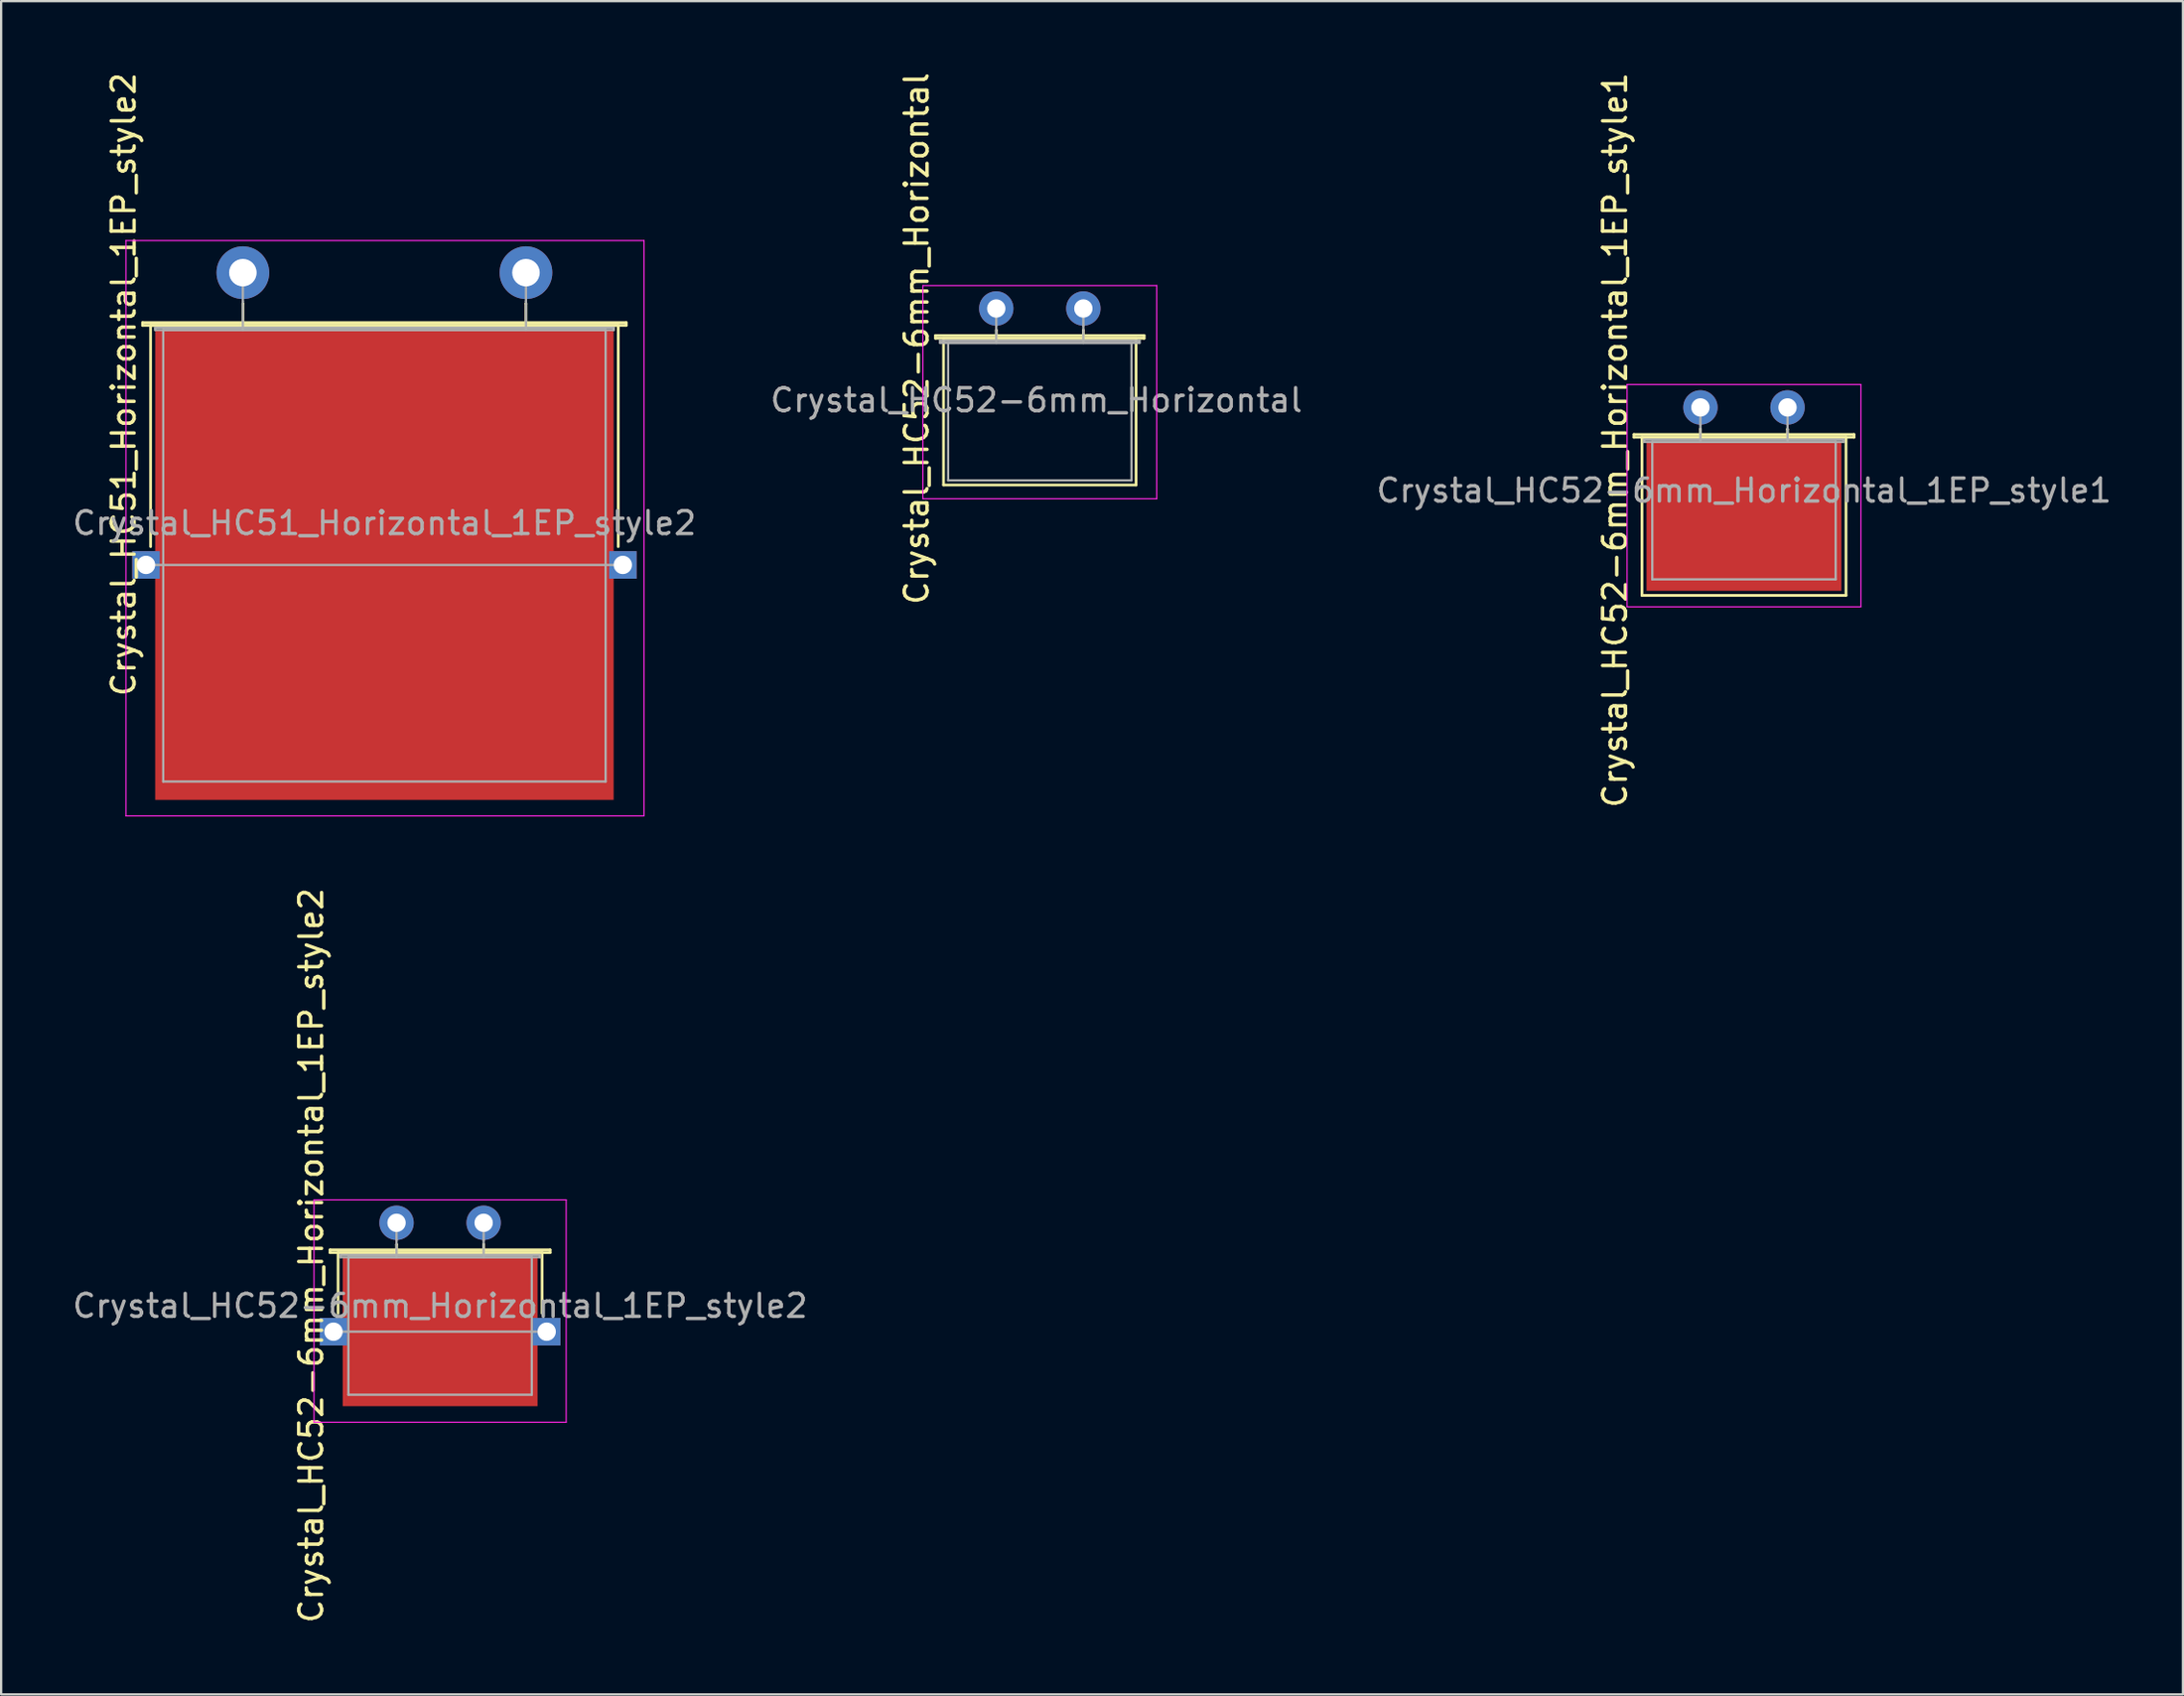
<source format=kicad_pcb>
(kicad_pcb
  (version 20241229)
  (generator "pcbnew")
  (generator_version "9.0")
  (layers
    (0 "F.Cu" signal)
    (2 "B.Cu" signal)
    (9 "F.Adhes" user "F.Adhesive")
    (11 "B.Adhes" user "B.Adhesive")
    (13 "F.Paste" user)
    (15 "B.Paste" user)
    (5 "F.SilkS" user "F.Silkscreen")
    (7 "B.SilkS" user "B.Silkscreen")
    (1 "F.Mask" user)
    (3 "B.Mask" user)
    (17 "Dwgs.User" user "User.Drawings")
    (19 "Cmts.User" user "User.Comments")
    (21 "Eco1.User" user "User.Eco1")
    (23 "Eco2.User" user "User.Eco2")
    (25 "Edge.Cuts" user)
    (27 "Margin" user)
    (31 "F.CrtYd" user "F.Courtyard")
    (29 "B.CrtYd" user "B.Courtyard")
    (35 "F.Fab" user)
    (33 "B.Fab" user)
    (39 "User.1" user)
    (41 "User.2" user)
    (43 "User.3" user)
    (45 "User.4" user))
  (footprint "Crystal_HC52-6mm_Horizontal"
    (layer "F.Cu")
    (at 40.411 10.408)
    (property "Reference" "Crystal_HC52-6mm_Horizontal" (at -3.475 1.312 90) (layer "F.SilkS") (effects (font (size 1 1) (thickness 0.15))))
    (attr through_hole)
    (fp_line (start -2.65 1.18) (end 6.45 1.18) (stroke (width 0.12) (type solid)) (layer "F.SilkS"))
    (fp_line (start -2.65 1.3) (end -2.65 1.18) (stroke (width 0.12) (type solid)) (layer "F.SilkS"))
    (fp_line (start -2.3 1.3) (end -2.3 7.7) (stroke (width 0.12) (type solid)) (layer "F.SilkS"))
    (fp_line (start -2.3 7.7) (end 6.1 7.7) (stroke (width 0.12) (type solid)) (layer "F.SilkS"))
    (fp_line (start 0 0.95) (end 0 0.95) (stroke (width 0.12) (type solid)) (layer "F.SilkS"))
    (fp_line (start 0 1.3) (end 0 0.95) (stroke (width 0.12) (type solid)) (layer "F.SilkS"))
    (fp_line (start 3.8 0.95) (end 3.8 0.95) (stroke (width 0.12) (type solid)) (layer "F.SilkS"))
    (fp_line (start 3.8 1.3) (end 3.8 0.95) (stroke (width 0.12) (type solid)) (layer "F.SilkS"))
    (fp_line (start 6.1 1.3) (end -2.3 1.3) (stroke (width 0.12) (type solid)) (layer "F.SilkS"))
    (fp_line (start 6.1 7.7) (end 6.1 1.3) (stroke (width 0.12) (type solid)) (layer "F.SilkS"))
    (fp_line (start 6.45 1.18) (end 6.45 1.3) (stroke (width 0.12) (type solid)) (layer "F.SilkS"))
    (fp_line (start 6.45 1.3) (end -2.65 1.3) (stroke (width 0.12) (type solid)) (layer "F.SilkS"))
    (fp_line (start -3.2 -1) (end -3.2 8.3) (stroke (width 0.05) (type solid)) (layer "F.CrtYd"))
    (fp_line (start -3.2 8.3) (end 7 8.3) (stroke (width 0.05) (type solid)) (layer "F.CrtYd"))
    (fp_line (start 7 -1) (end -3.2 -1) (stroke (width 0.05) (type solid)) (layer "F.CrtYd"))
    (fp_line (start 7 8.3) (end 7 -1) (stroke (width 0.05) (type solid)) (layer "F.CrtYd"))
    (fp_line (start -2.45 1.4) (end 6.25 1.4) (stroke (width 0.1) (type solid)) (layer "F.Fab"))
    (fp_line (start -2.45 1.5) (end -2.45 1.4) (stroke (width 0.1) (type solid)) (layer "F.Fab"))
    (fp_line (start -2.1 1.5) (end -2.1 7.5) (stroke (width 0.1) (type solid)) (layer "F.Fab"))
    (fp_line (start -2.1 7.5) (end 5.9 7.5) (stroke (width 0.1) (type solid)) (layer "F.Fab"))
    (fp_line (start 0 0.75) (end 0 0) (stroke (width 0.1) (type solid)) (layer "F.Fab"))
    (fp_line (start 0 1.5) (end 0 0.75) (stroke (width 0.1) (type solid)) (layer "F.Fab"))
    (fp_line (start 3.8 0.75) (end 3.8 0) (stroke (width 0.1) (type solid)) (layer "F.Fab"))
    (fp_line (start 3.8 1.5) (end 3.8 0.75) (stroke (width 0.1) (type solid)) (layer "F.Fab"))
    (fp_line (start 5.9 1.5) (end -2.1 1.5) (stroke (width 0.1) (type solid)) (layer "F.Fab"))
    (fp_line (start 5.9 7.5) (end 5.9 1.5) (stroke (width 0.1) (type solid)) (layer "F.Fab"))
    (fp_line (start 6.25 1.4) (end 6.25 1.5) (stroke (width 0.1) (type solid)) (layer "F.Fab"))
    (fp_line (start 6.25 1.5) (end -2.45 1.5) (stroke (width 0.1) (type solid)) (layer "F.Fab"))
    (fp_text user "${REFERENCE}" (at 1.75 4 0) (layer "F.Fab") (effects (font (size 1 1) (thickness 0.15))))
    (pad "1" thru_hole circle (at 0 0) (size 1.5 1.5) (drill 0.8) (layers "*.Cu" "*.Mask"))
    (pad "2" thru_hole circle (at 3.8 0) (size 1.5 1.5) (drill 0.8) (layers "*.Cu" "*.Mask")))
  (footprint "Crystal_HC52-6mm_Horizontal_1EP_style2"
    (layer "F.Cu")
    (at 14.249 50.294)
    (property "Reference" "Crystal_HC52-6mm_Horizontal_1EP_style2" (at -3.725 1.425 90) (layer "F.SilkS") (effects (font (size 1 1) (thickness 0.15))))
    (attr through_hole)
    (fp_line (start -2.9 1.18) (end 6.7 1.18) (stroke (width 0.12) (type solid)) (layer "F.SilkS"))
    (fp_line (start -2.9 1.3) (end -2.9 1.18) (stroke (width 0.12) (type solid)) (layer "F.SilkS"))
    (fp_line (start -2.55 1.3) (end 6.35 1.3) (stroke (width 0.12) (type solid)) (layer "F.SilkS"))
    (fp_line (start -2.55 3.95) (end -2.55 1.3) (stroke (width 0.12) (type solid)) (layer "F.SilkS"))
    (fp_line (start 0 0.95) (end 0 0.95) (stroke (width 0.12) (type solid)) (layer "F.SilkS"))
    (fp_line (start 0 1.3) (end 0 0.95) (stroke (width 0.12) (type solid)) (layer "F.SilkS"))
    (fp_line (start 3.8 0.95) (end 3.8 0.95) (stroke (width 0.12) (type solid)) (layer "F.SilkS"))
    (fp_line (start 3.8 1.3) (end 3.8 0.95) (stroke (width 0.12) (type solid)) (layer "F.SilkS"))
    (fp_line (start 6.35 1.3) (end 6.35 3.95) (stroke (width 0.12) (type solid)) (layer "F.SilkS"))
    (fp_line (start 6.7 1.18) (end 6.7 1.3) (stroke (width 0.12) (type solid)) (layer "F.SilkS"))
    (fp_line (start 6.7 1.3) (end -2.9 1.3) (stroke (width 0.12) (type solid)) (layer "F.SilkS"))
    (fp_line (start -3.6 -1) (end -3.6 8.7) (stroke (width 0.05) (type solid)) (layer "F.CrtYd"))
    (fp_line (start -3.6 8.7) (end 7.4 8.7) (stroke (width 0.05) (type solid)) (layer "F.CrtYd"))
    (fp_line (start 7.4 -1) (end -3.6 -1) (stroke (width 0.05) (type solid)) (layer "F.CrtYd"))
    (fp_line (start 7.4 8.7) (end 7.4 -1) (stroke (width 0.05) (type solid)) (layer "F.CrtYd"))
    (fp_line (start -2.75 4.75) (end 6.55 4.75) (stroke (width 0.1) (type solid)) (layer "F.Fab"))
    (fp_line (start -2.45 1.4) (end 6.25 1.4) (stroke (width 0.1) (type solid)) (layer "F.Fab"))
    (fp_line (start -2.45 1.5) (end -2.45 1.4) (stroke (width 0.1) (type solid)) (layer "F.Fab"))
    (fp_line (start -2.1 1.5) (end -2.1 7.5) (stroke (width 0.1) (type solid)) (layer "F.Fab"))
    (fp_line (start -2.1 7.5) (end 5.9 7.5) (stroke (width 0.1) (type solid)) (layer "F.Fab"))
    (fp_line (start 0 0.75) (end 0 0) (stroke (width 0.1) (type solid)) (layer "F.Fab"))
    (fp_line (start 0 1.5) (end 0 0.75) (stroke (width 0.1) (type solid)) (layer "F.Fab"))
    (fp_line (start 3.8 0.75) (end 3.8 0) (stroke (width 0.1) (type solid)) (layer "F.Fab"))
    (fp_line (start 3.8 1.5) (end 3.8 0.75) (stroke (width 0.1) (type solid)) (layer "F.Fab"))
    (fp_line (start 5.9 1.5) (end -2.1 1.5) (stroke (width 0.1) (type solid)) (layer "F.Fab"))
    (fp_line (start 5.9 7.5) (end 5.9 1.5) (stroke (width 0.1) (type solid)) (layer "F.Fab"))
    (fp_line (start 6.25 1.4) (end 6.25 1.5) (stroke (width 0.1) (type solid)) (layer "F.Fab"))
    (fp_line (start 6.25 1.5) (end -2.45 1.5) (stroke (width 0.1) (type solid)) (layer "F.Fab"))
    (fp_text user "${REFERENCE}" (at 1.9 3.625 0) (layer "F.Fab") (effects (font (size 1 1) (thickness 0.15))))
    (pad "1" thru_hole circle (at 0 0) (size 1.5 1.5) (drill 0.8) (layers "*.Cu" "*.Mask"))
    (pad "2" thru_hole circle (at 3.8 0) (size 1.5 1.5) (drill 0.8) (layers "*.Cu" "*.Mask"))
    (pad "3" thru_hole rect (at -2.75 4.75) (size 1.2 1.2) (drill 0.8) (layers "*.Cu" "*.Mask"))
    (pad "3" smd rect (at 1.9 4.75) (size 8.5 6.5) (layers "F.Cu" "F.Mask" "F.Paste"))
    (pad "3" thru_hole rect (at 6.55 4.75) (size 1.2 1.2) (drill 0.8) (layers "*.Cu" "*.Mask")))
  (footprint "Crystal_HC52-6mm_Horizontal_1EP_style1"
    (layer "F.Cu")
    (at 71.13 14.724)
    (property "Reference" "Crystal_HC52-6mm_Horizontal_1EP_style1" (at -3.725 1.425 90) (layer "F.SilkS") (effects (font (size 1 1) (thickness 0.15))))
    (attr through_hole)
    (fp_line (start -2.9 1.18) (end 6.7 1.18) (stroke (width 0.12) (type solid)) (layer "F.SilkS"))
    (fp_line (start -2.9 1.3) (end -2.9 1.18) (stroke (width 0.12) (type solid)) (layer "F.SilkS"))
    (fp_line (start -2.55 1.3) (end -2.55 8.2) (stroke (width 0.12) (type solid)) (layer "F.SilkS"))
    (fp_line (start -2.55 8.2) (end 6.35 8.2) (stroke (width 0.12) (type solid)) (layer "F.SilkS"))
    (fp_line (start 0 0.95) (end 0 0.95) (stroke (width 0.12) (type solid)) (layer "F.SilkS"))
    (fp_line (start 0 1.3) (end 0 0.95) (stroke (width 0.12) (type solid)) (layer "F.SilkS"))
    (fp_line (start 3.8 0.95) (end 3.8 0.95) (stroke (width 0.12) (type solid)) (layer "F.SilkS"))
    (fp_line (start 3.8 1.3) (end 3.8 0.95) (stroke (width 0.12) (type solid)) (layer "F.SilkS"))
    (fp_line (start 6.35 1.3) (end -2.55 1.3) (stroke (width 0.12) (type solid)) (layer "F.SilkS"))
    (fp_line (start 6.35 8.2) (end 6.35 1.3) (stroke (width 0.12) (type solid)) (layer "F.SilkS"))
    (fp_line (start 6.7 1.18) (end 6.7 1.3) (stroke (width 0.12) (type solid)) (layer "F.SilkS"))
    (fp_line (start 6.7 1.3) (end -2.9 1.3) (stroke (width 0.12) (type solid)) (layer "F.SilkS"))
    (fp_line (start -3.2 -1) (end -3.2 8.7) (stroke (width 0.05) (type solid)) (layer "F.CrtYd"))
    (fp_line (start -3.2 8.7) (end 7 8.7) (stroke (width 0.05) (type solid)) (layer "F.CrtYd"))
    (fp_line (start 7 -1) (end -3.2 -1) (stroke (width 0.05) (type solid)) (layer "F.CrtYd"))
    (fp_line (start 7 8.7) (end 7 -1) (stroke (width 0.05) (type solid)) (layer "F.CrtYd"))
    (fp_line (start -2.45 1.4) (end 6.25 1.4) (stroke (width 0.1) (type solid)) (layer "F.Fab"))
    (fp_line (start -2.45 1.5) (end -2.45 1.4) (stroke (width 0.1) (type solid)) (layer "F.Fab"))
    (fp_line (start -2.1 1.5) (end -2.1 7.5) (stroke (width 0.1) (type solid)) (layer "F.Fab"))
    (fp_line (start -2.1 7.5) (end 5.9 7.5) (stroke (width 0.1) (type solid)) (layer "F.Fab"))
    (fp_line (start 0 0.75) (end 0 0) (stroke (width 0.1) (type solid)) (layer "F.Fab"))
    (fp_line (start 0 1.5) (end 0 0.75) (stroke (width 0.1) (type solid)) (layer "F.Fab"))
    (fp_line (start 3.8 0.75) (end 3.8 0) (stroke (width 0.1) (type solid)) (layer "F.Fab"))
    (fp_line (start 3.8 1.5) (end 3.8 0.75) (stroke (width 0.1) (type solid)) (layer "F.Fab"))
    (fp_line (start 5.9 1.5) (end -2.1 1.5) (stroke (width 0.1) (type solid)) (layer "F.Fab"))
    (fp_line (start 5.9 7.5) (end 5.9 1.5) (stroke (width 0.1) (type solid)) (layer "F.Fab"))
    (fp_line (start 6.25 1.4) (end 6.25 1.5) (stroke (width 0.1) (type solid)) (layer "F.Fab"))
    (fp_line (start 6.25 1.5) (end -2.45 1.5) (stroke (width 0.1) (type solid)) (layer "F.Fab"))
    (fp_text user "${REFERENCE}" (at 1.9 3.625 0) (layer "F.Fab") (effects (font (size 1 1) (thickness 0.15))))
    (pad "1" thru_hole circle (at 0 0) (size 1.5 1.5) (drill 0.8) (layers "*.Cu" "*.Mask"))
    (pad "2" thru_hole circle (at 3.8 0) (size 1.5 1.5) (drill 0.8) (layers "*.Cu" "*.Mask"))
    (pad "3" smd rect (at 1.9 4.75) (size 8.5 6.5) (layers "F.Cu" "F.Mask" "F.Paste")))
  (footprint "Crystal_HC51_Horizontal_1EP_style2"
    (layer "F.Cu")
    (at 7.545 8.845)
    (property "Reference" "Crystal_HC51_Horizontal_1EP_style2" (at -5.2 4.875 90) (layer "F.SilkS") (effects (font (size 1 1) (thickness 0.15))))
    (attr through_hole)
    (fp_line (start -4.375 2.18) (end 16.725 2.18) (stroke (width 0.12) (type solid)) (layer "F.SilkS"))
    (fp_line (start -4.375 2.3) (end -4.375 2.18) (stroke (width 0.12) (type solid)) (layer "F.SilkS"))
    (fp_line (start -4.025 2.3) (end 16.375 2.3) (stroke (width 0.12) (type solid)) (layer "F.SilkS"))
    (fp_line (start -4.025 11.95) (end -4.025 2.3) (stroke (width 0.12) (type solid)) (layer "F.SilkS"))
    (fp_line (start 0 1.35) (end 0 1.35) (stroke (width 0.12) (type solid)) (layer "F.SilkS"))
    (fp_line (start 0 2.3) (end 0 1.35) (stroke (width 0.12) (type solid)) (layer "F.SilkS"))
    (fp_line (start 12.35 1.35) (end 12.35 1.35) (stroke (width 0.12) (type solid)) (layer "F.SilkS"))
    (fp_line (start 12.35 2.3) (end 12.35 1.35) (stroke (width 0.12) (type solid)) (layer "F.SilkS"))
    (fp_line (start 16.375 2.3) (end 16.375 11.95) (stroke (width 0.12) (type solid)) (layer "F.SilkS"))
    (fp_line (start 16.725 2.18) (end 16.725 2.3) (stroke (width 0.12) (type solid)) (layer "F.SilkS"))
    (fp_line (start 16.725 2.3) (end -4.375 2.3) (stroke (width 0.12) (type solid)) (layer "F.SilkS"))
    (fp_line (start -5.1 -1.4) (end -5.1 23.7) (stroke (width 0.05) (type solid)) (layer "F.CrtYd"))
    (fp_line (start -5.1 23.7) (end 17.5 23.7) (stroke (width 0.05) (type solid)) (layer "F.CrtYd"))
    (fp_line (start 17.5 -1.4) (end -5.1 -1.4) (stroke (width 0.05) (type solid)) (layer "F.CrtYd"))
    (fp_line (start 17.5 23.7) (end 17.5 -1.4) (stroke (width 0.05) (type solid)) (layer "F.CrtYd"))
    (fp_line (start -4.225 12.75) (end 16.575 12.75) (stroke (width 0.1) (type solid)) (layer "F.Fab"))
    (fp_line (start -3.825 2.4) (end 16.175 2.4) (stroke (width 0.1) (type solid)) (layer "F.Fab"))
    (fp_line (start -3.825 2.5) (end -3.825 2.4) (stroke (width 0.1) (type solid)) (layer "F.Fab"))
    (fp_line (start -3.475 2.5) (end -3.475 22.2) (stroke (width 0.1) (type solid)) (layer "F.Fab"))
    (fp_line (start -3.475 22.2) (end 15.825 22.2) (stroke (width 0.1) (type solid)) (layer "F.Fab"))
    (fp_line (start 0 1.25) (end 0 0) (stroke (width 0.1) (type solid)) (layer "F.Fab"))
    (fp_line (start 0 2.5) (end 0 1.25) (stroke (width 0.1) (type solid)) (layer "F.Fab"))
    (fp_line (start 12.35 1.25) (end 12.35 0) (stroke (width 0.1) (type solid)) (layer "F.Fab"))
    (fp_line (start 12.35 2.5) (end 12.35 1.25) (stroke (width 0.1) (type solid)) (layer "F.Fab"))
    (fp_line (start 15.825 2.5) (end -3.475 2.5) (stroke (width 0.1) (type solid)) (layer "F.Fab"))
    (fp_line (start 15.825 22.2) (end 15.825 2.5) (stroke (width 0.1) (type solid)) (layer "F.Fab"))
    (fp_line (start 16.175 2.4) (end 16.175 2.5) (stroke (width 0.1) (type solid)) (layer "F.Fab"))
    (fp_line (start 16.175 2.5) (end -3.825 2.5) (stroke (width 0.1) (type solid)) (layer "F.Fab"))
    (fp_text user "${REFERENCE}" (at 6.175 10.925 0) (layer "F.Fab") (effects (font (size 1 1) (thickness 0.15))))
    (pad "1" thru_hole circle (at 0 0) (size 2.3 2.3) (drill 1.2) (layers "*.Cu" "*.Mask"))
    (pad "2" thru_hole circle (at 12.35 0) (size 2.3 2.3) (drill 1.2) (layers "*.Cu" "*.Mask"))
    (pad "3" thru_hole rect (at -4.225 12.75) (size 1.2 1.2) (drill 0.8) (layers "*.Cu" "*.Mask"))
    (pad "3" smd rect (at 6.175 12.75) (size 20 20.5) (layers "F.Cu" "F.Mask" "F.Paste"))
    (pad "3" thru_hole rect (at 16.575 12.75) (size 1.2 1.2) (drill 0.8) (layers "*.Cu" "*.Mask")))
  (gr_rect
    (start -3 -3)
    (end 92.179 70.868)
    (stroke (width 0.1) (type default))
    (fill no)
    (layer "Edge.Cuts")))
</source>
